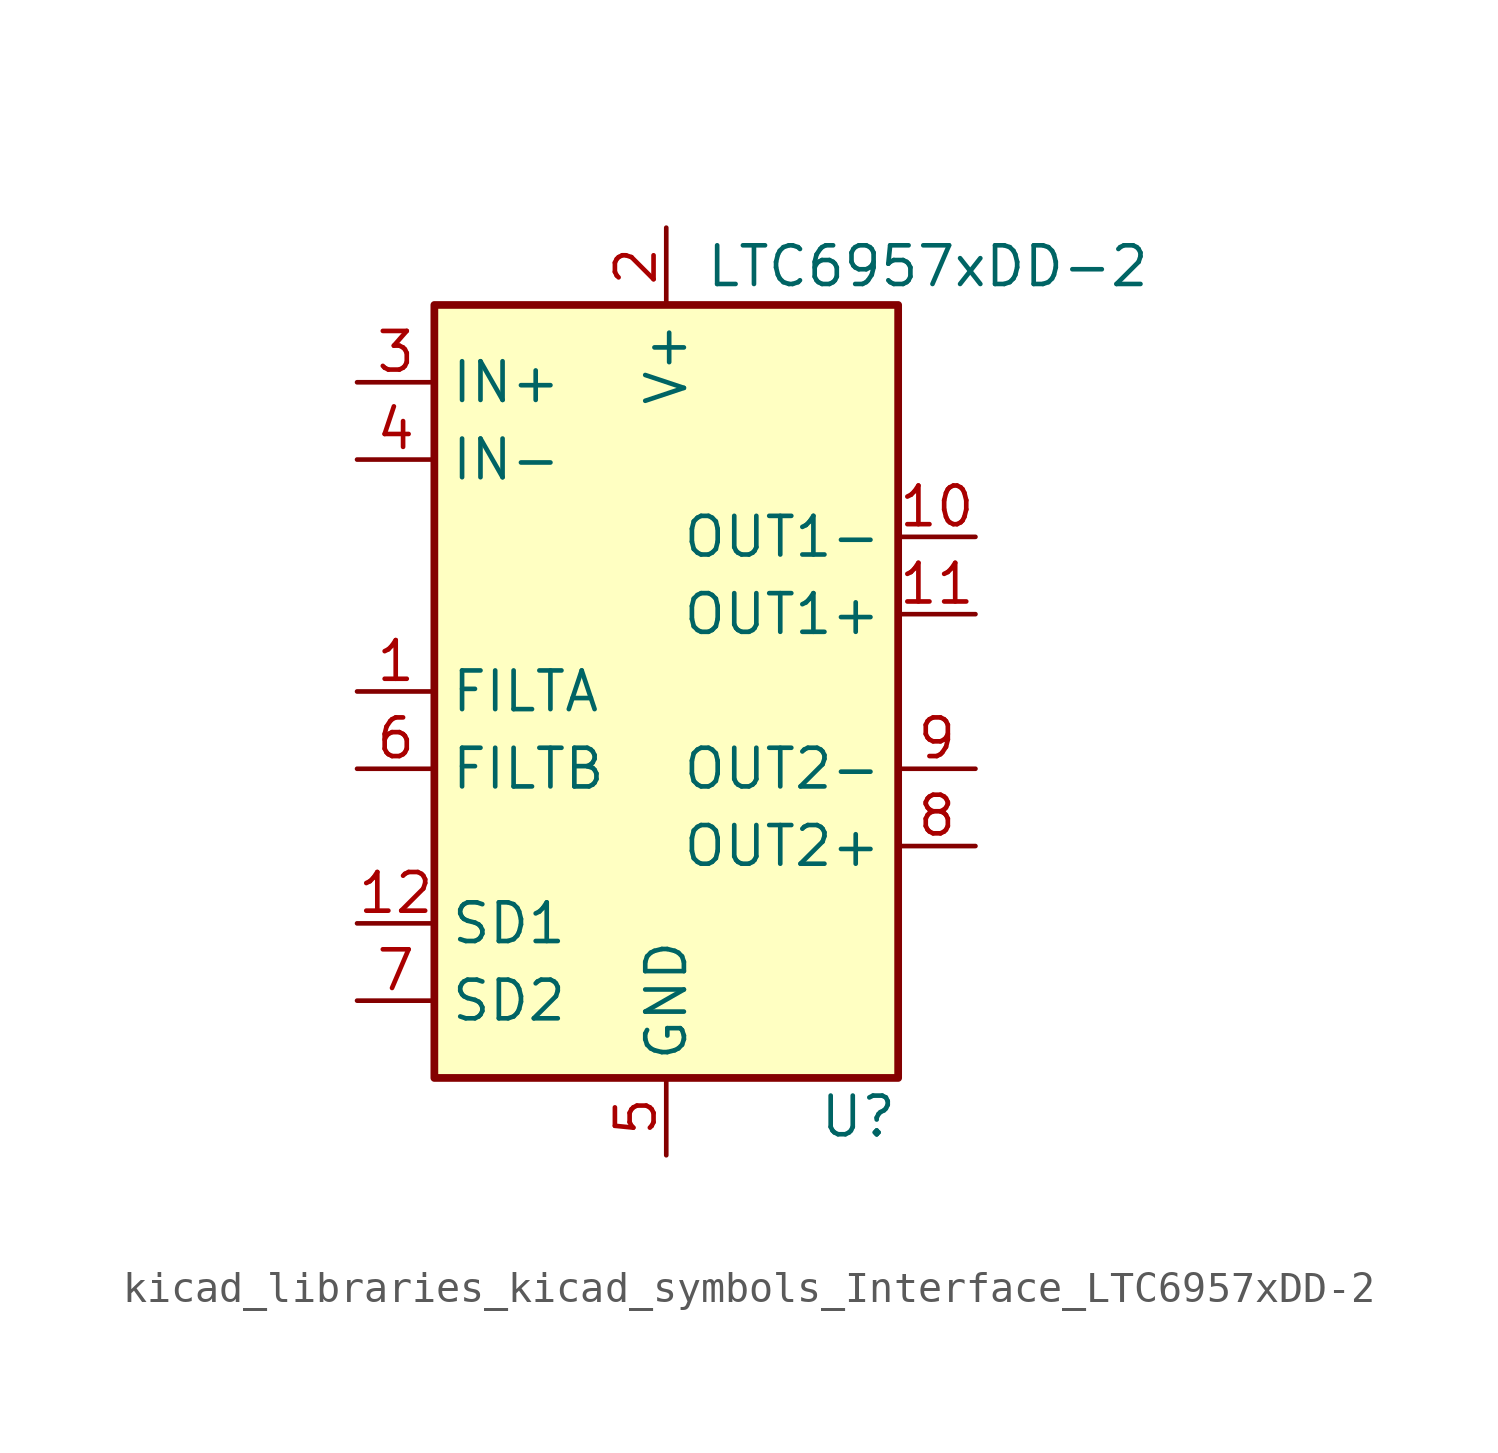
<source format=kicad_sym>
(kicad_symbol_lib
  (version 20220914)
  (generator kicad_symbol_editor)
  (symbol "kicad_libraries_kicad_symbols_Interface_LTC6957xDD-2"
    (property "Reference" "U"
      (at 7.62 -13.97 0)
      (effects (font (size 1.27 1.27)) (justify right)))
    (property "Value" "LTC6957xDD-2"
      (at 1.27 13.97 0)
      (effects (font (size 1.27 1.27)) (justify left)))
    (symbol "kicad_libraries_kicad_symbols_Interface_LTC6957xDD-2_0_1"
      (rectangle (start -7.62 12.7) (end 7.62 -12.7) (stroke (width 0.254) (type default)) (fill (type background))))
    (symbol "kicad_libraries_kicad_symbols_Interface_LTC6957xDD-2_1_1"
      (pin input line (at -10.16 0 0) (length 2.54) (name "FILTA" (effects (font (size 1.27 1.27)))) (number "1" (effects (font (size 1.27 1.27)))))
      (pin output line (at 10.16 5.08 180) (length 2.54) (name "OUT1-" (effects (font (size 1.27 1.27)))) (number "10" (effects (font (size 1.27 1.27)))))
      (pin output line (at 10.16 2.54 180) (length 2.54) (name "OUT1+" (effects (font (size 1.27 1.27)))) (number "11" (effects (font (size 1.27 1.27)))))
      (pin input line (at -10.16 -7.62 0) (length 2.54) (name "SD1" (effects (font (size 1.27 1.27)))) (number "12" (effects (font (size 1.27 1.27)))))
      (pin passive line (at 0 -15.24 90) (length 2.54) hide (name "GND" (effects (font (size 1.27 1.27)))) (number "13" (effects (font (size 1.27 1.27)))))
      (pin power_in line (at 0 15.24 270) (length 2.54) (name "V+" (effects (font (size 1.27 1.27)))) (number "2" (effects (font (size 1.27 1.27)))))
      (pin input line (at -10.16 10.16 0) (length 2.54) (name "IN+" (effects (font (size 1.27 1.27)))) (number "3" (effects (font (size 1.27 1.27)))))
      (pin input line (at -10.16 7.62 0) (length 2.54) (name "IN-" (effects (font (size 1.27 1.27)))) (number "4" (effects (font (size 1.27 1.27)))))
      (pin power_in line (at 0 -15.24 90) (length 2.54) (name "GND" (effects (font (size 1.27 1.27)))) (number "5" (effects (font (size 1.27 1.27)))))
      (pin input line (at -10.16 -2.54 0) (length 2.54) (name "FILTB" (effects (font (size 1.27 1.27)))) (number "6" (effects (font (size 1.27 1.27)))))
      (pin input line (at -10.16 -10.16 0) (length 2.54) (name "SD2" (effects (font (size 1.27 1.27)))) (number "7" (effects (font (size 1.27 1.27)))))
      (pin output line (at 10.16 -5.08 180) (length 2.54) (name "OUT2+" (effects (font (size 1.27 1.27)))) (number "8" (effects (font (size 1.27 1.27)))))
      (pin output line (at 10.16 -2.54 180) (length 2.54) (name "OUT2-" (effects (font (size 1.27 1.27)))) (number "9" (effects (font (size 1.27 1.27))))))))
</source>
